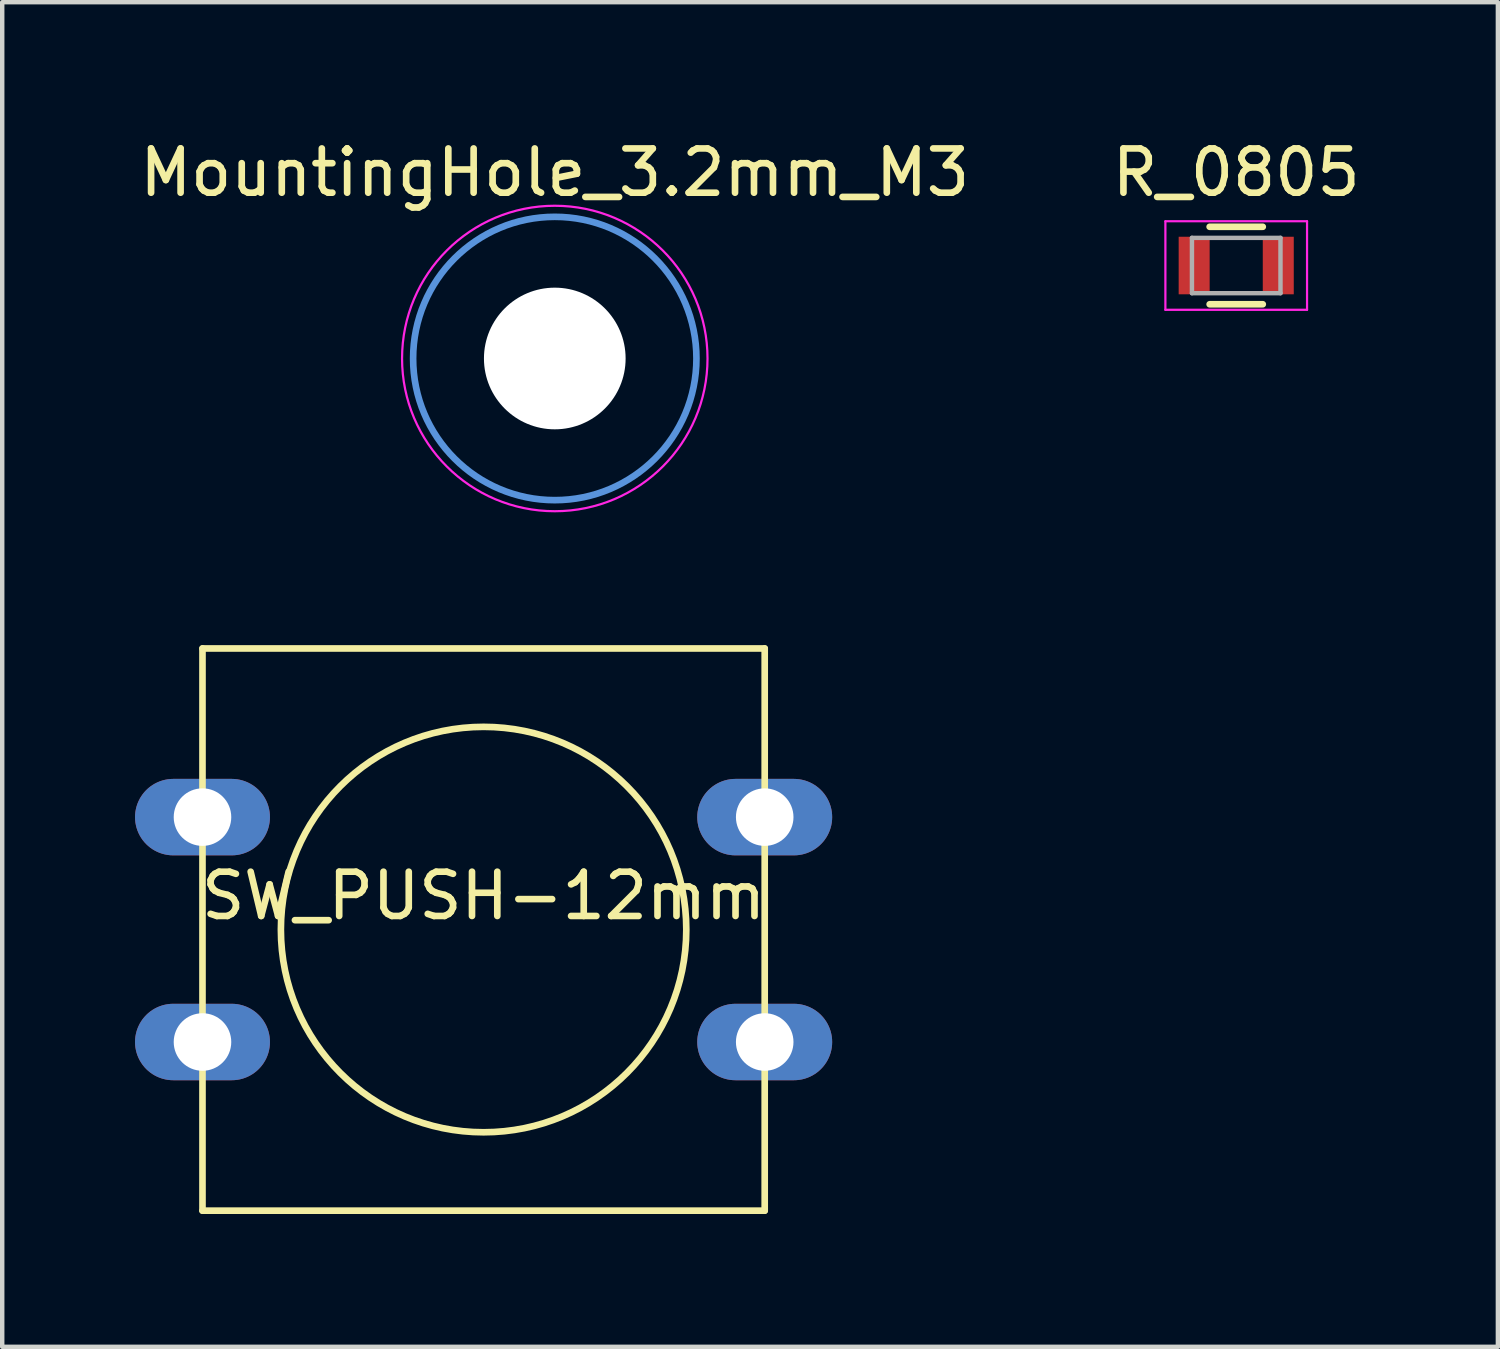
<source format=kicad_pcb>
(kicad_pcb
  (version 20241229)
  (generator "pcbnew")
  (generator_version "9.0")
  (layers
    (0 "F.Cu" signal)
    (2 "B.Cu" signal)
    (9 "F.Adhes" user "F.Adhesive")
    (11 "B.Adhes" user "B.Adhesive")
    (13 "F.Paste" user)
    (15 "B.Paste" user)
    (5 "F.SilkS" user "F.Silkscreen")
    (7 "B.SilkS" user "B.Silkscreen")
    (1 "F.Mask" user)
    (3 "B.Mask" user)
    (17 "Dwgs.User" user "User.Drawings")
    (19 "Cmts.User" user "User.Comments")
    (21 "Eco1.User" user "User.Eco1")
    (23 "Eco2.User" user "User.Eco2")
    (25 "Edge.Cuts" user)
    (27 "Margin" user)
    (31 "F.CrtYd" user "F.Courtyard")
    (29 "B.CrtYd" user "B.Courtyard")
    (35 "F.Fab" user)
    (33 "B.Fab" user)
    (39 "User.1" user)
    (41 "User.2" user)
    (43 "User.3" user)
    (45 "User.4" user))
  (footprint "R_0805"
    (layer "F.Cu")
    (at 24.875 2.948)
    (property "Reference" "R_0805" (at 0 -2.1 0) (layer "F.SilkS") (effects (font (size 1 1) (thickness 0.15))))
    (attr smd)
    (fp_line (start -0.6 -0.875) (end 0.6 -0.875) (stroke (width 0.15) (type solid)) (layer "F.SilkS"))
    (fp_line (start 0.6 0.875) (end -0.6 0.875) (stroke (width 0.15) (type solid)) (layer "F.SilkS"))
    (fp_line (start -1.6 -1) (end -1.6 1) (stroke (width 0.05) (type solid)) (layer "F.CrtYd"))
    (fp_line (start -1.6 -1) (end 1.6 -1) (stroke (width 0.05) (type solid)) (layer "F.CrtYd"))
    (fp_line (start -1.6 1) (end 1.6 1) (stroke (width 0.05) (type solid)) (layer "F.CrtYd"))
    (fp_line (start 1.6 -1) (end 1.6 1) (stroke (width 0.05) (type solid)) (layer "F.CrtYd"))
    (fp_line (start -1 -0.625) (end 1 -0.625) (stroke (width 0.1) (type solid)) (layer "F.Fab"))
    (fp_line (start -1 0.625) (end -1 -0.625) (stroke (width 0.1) (type solid)) (layer "F.Fab"))
    (fp_line (start 1 -0.625) (end 1 0.625) (stroke (width 0.1) (type solid)) (layer "F.Fab"))
    (fp_line (start 1 0.625) (end -1 0.625) (stroke (width 0.1) (type solid)) (layer "F.Fab"))
    (pad "1" smd rect (at -0.95 0) (size 0.7 1.3) (layers "F.Cu" "F.Mask" "F.Paste"))
    (pad "2" smd rect (at 0.95 0) (size 0.7 1.3) (layers "F.Cu" "F.Mask" "F.Paste")))
  (footprint "MountingHole_3.2mm_M3"
    (layer "F.Cu")
    (at 9.482 5.048)
    (property "Reference" "MountingHole_3.2mm_M3" (at 0 -4.2 0) (layer "F.SilkS") (effects (font (size 1 1) (thickness 0.15))))
    (attr through_hole)
    (fp_circle (center 0 0) (end 3.2 0) (stroke (width 0.15) (type solid)) (fill no) (layer "Cmts.User"))
    (fp_circle (center 0 0) (end 3.45 0) (stroke (width 0.05) (type solid)) (fill no) (layer "F.CrtYd"))
    (pad "" np_thru_hole circle (at 0 0) (size 3.2 3.2) (drill 3.2) (layers "*.Cu" "*.Mask")))
  (footprint "SW_PUSH-12mm"
    (layer "F.Cu")
    (at 7.874 17.948)
    (property "Reference" "SW_PUSH-12mm" (at 0 -0.762 0) (layer "F.SilkS") (effects (font (size 1 1) (thickness 0.15))))
    (attr through_hole)
    (fp_line (start -6.35 -6.35) (end 6.35 -6.35) (stroke (width 0.15) (type solid)) (layer "F.SilkS"))
    (fp_line (start -6.35 6.35) (end -6.35 -6.35) (stroke (width 0.15) (type solid)) (layer "F.SilkS"))
    (fp_line (start 6.35 -6.35) (end 6.35 6.35) (stroke (width 0.15) (type solid)) (layer "F.SilkS"))
    (fp_line (start 6.35 6.35) (end -6.35 6.35) (stroke (width 0.15) (type solid)) (layer "F.SilkS"))
    (fp_circle (center 0 0) (end 3.81 2.54) (stroke (width 0.15) (type solid)) (fill no) (layer "F.SilkS"))
    (pad "1" thru_hole oval (at -6.35 -2.54) (size 3.048 1.727) (drill 1.3) (layers "*.Cu" "*.Mask"))
    (pad "1" thru_hole oval (at 6.35 -2.54) (size 3.048 1.727) (drill 1.3) (layers "*.Cu" "*.Mask"))
    (pad "2" thru_hole oval (at -6.35 2.54) (size 3.048 1.727) (drill 1.3) (layers "*.Cu" "*.Mask"))
    (pad "2" thru_hole oval (at 6.35 2.54) (size 3.048 1.727) (drill 1.3) (layers "*.Cu" "*.Mask")))
  (gr_rect
    (start -3 -3)
    (end 30.786 27.373)
    (stroke (width 0.1) (type default))
    (fill no)
    (layer "Edge.Cuts")))
</source>
